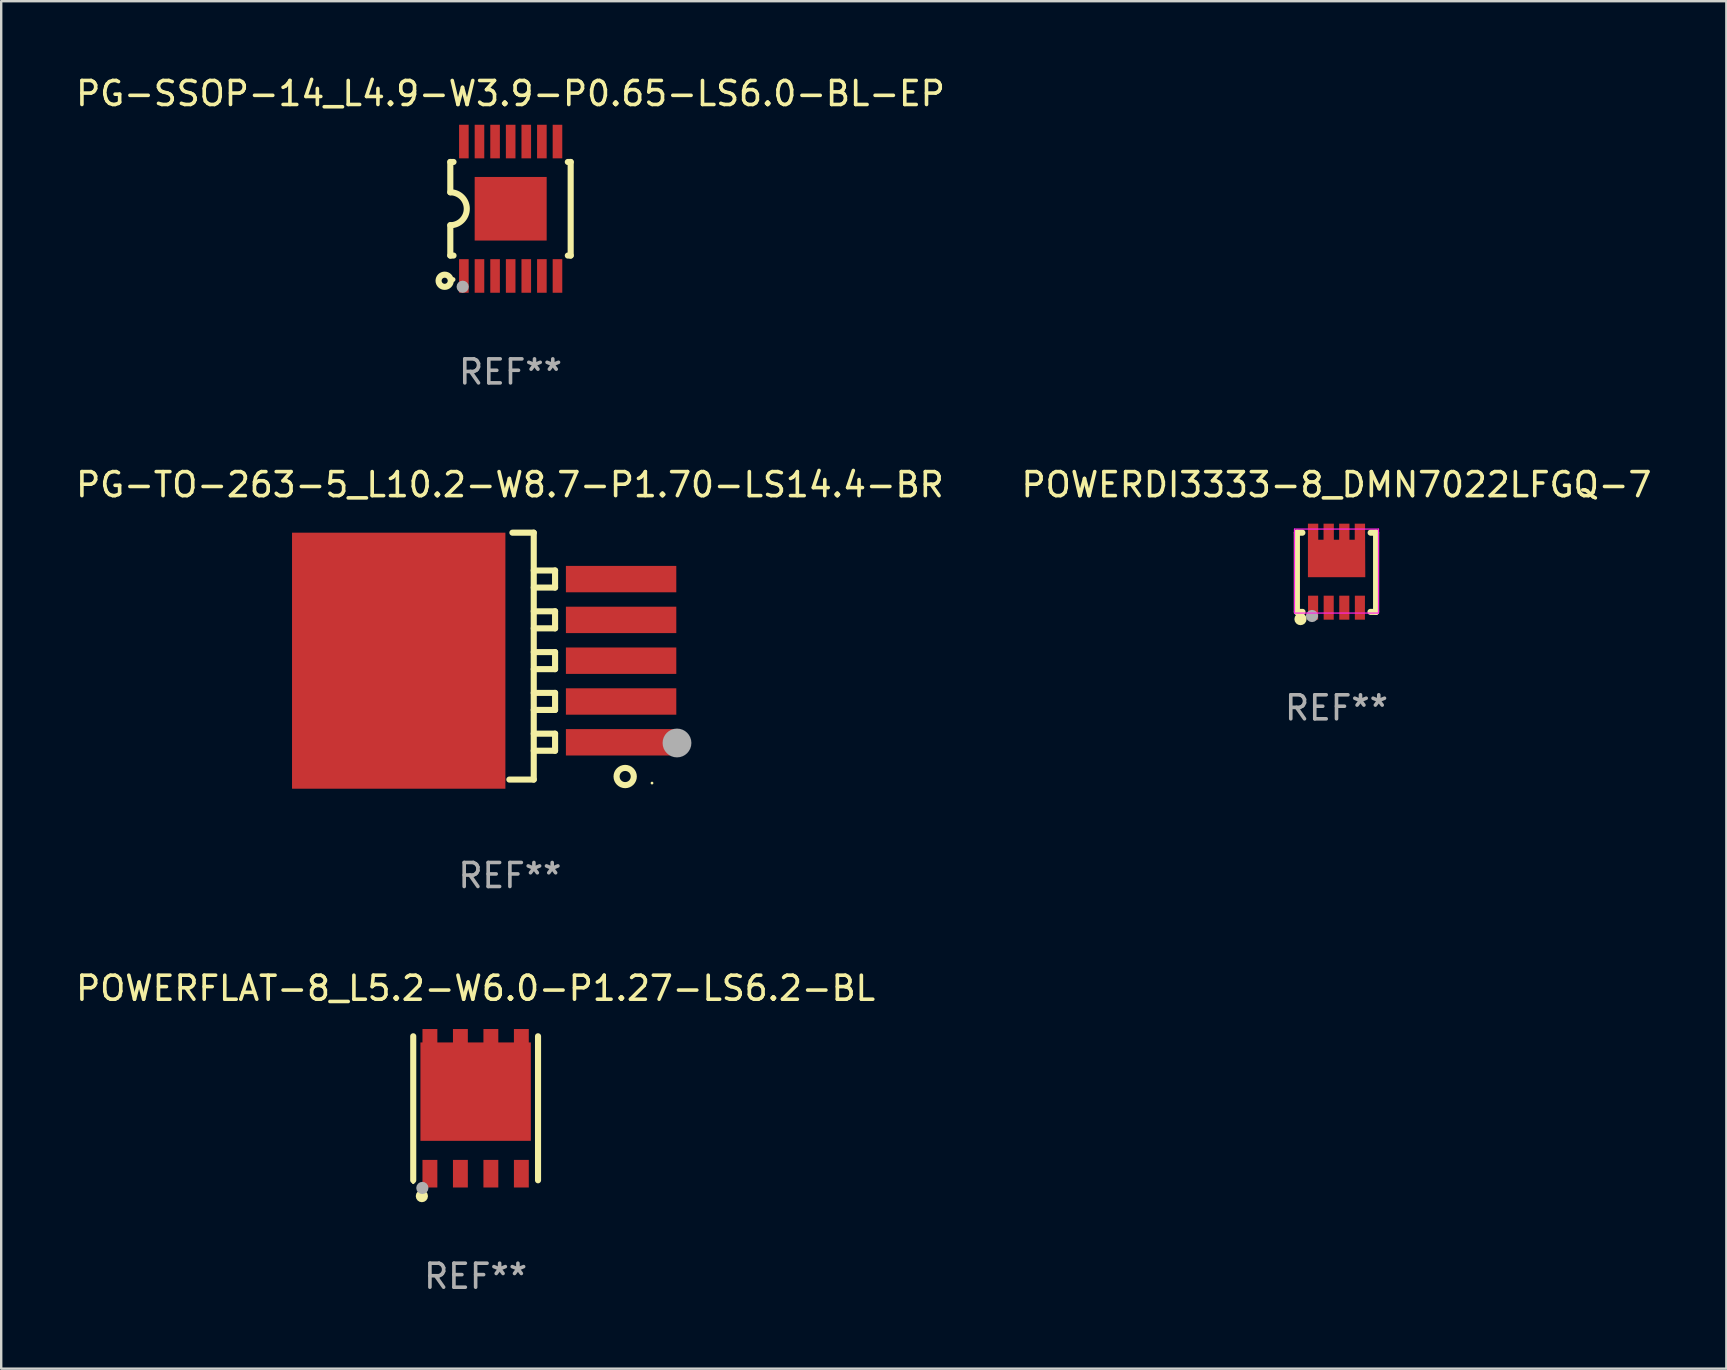
<source format=kicad_pcb>
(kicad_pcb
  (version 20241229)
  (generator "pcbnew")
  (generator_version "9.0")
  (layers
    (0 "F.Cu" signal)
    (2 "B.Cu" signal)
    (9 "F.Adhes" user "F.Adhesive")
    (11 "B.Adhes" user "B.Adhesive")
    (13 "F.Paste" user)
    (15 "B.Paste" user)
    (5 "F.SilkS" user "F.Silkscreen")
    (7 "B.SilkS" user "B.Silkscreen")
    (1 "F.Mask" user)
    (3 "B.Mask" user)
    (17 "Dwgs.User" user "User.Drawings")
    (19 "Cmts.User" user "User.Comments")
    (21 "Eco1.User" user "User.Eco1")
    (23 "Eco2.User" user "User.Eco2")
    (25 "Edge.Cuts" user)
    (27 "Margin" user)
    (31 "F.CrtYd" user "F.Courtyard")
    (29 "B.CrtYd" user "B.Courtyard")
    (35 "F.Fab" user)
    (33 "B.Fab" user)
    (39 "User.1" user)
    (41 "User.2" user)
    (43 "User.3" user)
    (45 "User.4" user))
  (footprint "POWERDI3333-8_DMN7022LFGQ-7"
    (layer "F.Cu")
    (at 52.637 21.245)
    (property "Reference" "POWERDI3333-8_DMN7022LFGQ-7" (at 0 -4.1 0) (layer "F.SilkS") (effects (font (size 1 1) (thickness 0.15))))
    (attr smd)
    (fp_line (start -1.65 -2.1) (end -1.65 1.2) (stroke (width 0.254) (type solid)) (layer "F.SilkS"))
    (fp_line (start -1.65 1.2) (end -1.416 1.2) (stroke (width 0.254) (type solid)) (layer "F.SilkS"))
    (fp_line (start -1.421 -2.1) (end -1.65 -2.1) (stroke (width 0.254) (type solid)) (layer "F.SilkS"))
    (fp_line (start 1.416 1.2) (end 1.65 1.2) (stroke (width 0.254) (type solid)) (layer "F.SilkS"))
    (fp_line (start 1.65 -2.1) (end 1.423 -2.1) (stroke (width 0.254) (type solid)) (layer "F.SilkS"))
    (fp_line (start 1.65 1.2) (end 1.65 -2.1) (stroke (width 0.254) (type solid)) (layer "F.SilkS"))
    (fp_circle (center -1.65 1.177) (end -1.62 1.177) (stroke (width 0.06) (type solid)) (fill no) (layer "F.SilkS"))
    (fp_circle (center -1.5 1.5) (end -1.5 1.5) (stroke (width 0.254) (type solid)) (fill no) (layer "F.SilkS"))
    (fp_line (start -1.75 -2.25) (end 1.75 -2.25) (stroke (width 0.05) (type default)) (layer "F.CrtYd"))
    (fp_line (start -1.75 1.25) (end -1.75 -2.25) (stroke (width 0.05) (type default)) (layer "F.CrtYd"))
    (fp_line (start 1.75 -2.25) (end 1.75 1.25) (stroke (width 0.05) (type default)) (layer "F.CrtYd"))
    (fp_line (start 1.75 1.25) (end -1.75 1.25) (stroke (width 0.05) (type default)) (layer "F.CrtYd"))
    (fp_circle (center -1.02 1.372) (end -0.893 1.372) (stroke (width 0.254) (type solid)) (fill no) (layer "F.Fab"))
    (fp_text user "REF**" (at 0 5.2 0) (layer "F.Fab") (effects (font (size 1 1) (thickness 0.15))))
    (pad "1" smd rect (at -0.975 1.025) (size 0.42 1) (layers "F.Cu" "F.Mask" "F.Paste"))
    (pad "2" smd rect (at -0.325 1.025) (size 0.42 1) (layers "F.Cu" "F.Mask" "F.Paste"))
    (pad "3" smd rect (at 0.325 1.025) (size 0.42 1) (layers "F.Cu" "F.Mask" "F.Paste"))
    (pad "4" smd rect (at 0.975 1.025) (size 0.42 1) (layers "F.Cu" "F.Mask" "F.Paste"))
    (pad "5" smd custom (at 0.005 -1.025) (size 0.1 0.1) (layers "F.Cu" "F.Mask" "F.Paste") (options (anchor rect)) (primitives (gr_poly (pts (xy -1.195 0.78) (xy -1.195 -1.45) (xy -0.765 -1.45) (xy -0.765 -0.78) (xy -0.545 -0.78) (xy -0.545 -1.45) (xy -0.115 -1.45) (xy -0.115 -0.78) (xy 0.105 -0.78) (xy 0.105 -1.45) (xy 0.535 -1.45) (xy 0.535 -0.78) (xy 0.755 -0.78) (xy 0.755 -1.45) (xy 1.185 -1.45) (xy 1.195 0.78) (xy -1.195 0.78)) (width 0) (fill yes)))))
  (footprint "PG-TO-263-5_L10.2-W8.7-P1.70-LS14.4-BR"
    (layer "F.Cu")
    (at 18.196 24.479)
    (property "Reference" "PG-TO-263-5_L10.2-W8.7-P1.70-LS14.4-BR" (at 0 -7.334 0) (layer "F.SilkS") (effects (font (size 1 1) (thickness 0.15))))
    (attr smd)
    (fp_line (start 0.104 -5.334) (end 0.993 -5.334) (stroke (width 0.254) (type solid)) (layer "F.SilkS"))
    (fp_line (start 0.993 -5.334) (end 0.993 4.953) (stroke (width 0.254) (type solid)) (layer "F.SilkS"))
    (fp_line (start 0.993 -3.759) (end 1.882 -3.759) (stroke (width 0.254) (type solid)) (layer "F.SilkS"))
    (fp_line (start 0.993 -2.059) (end 1.882 -2.059) (stroke (width 0.254) (type solid)) (layer "F.SilkS"))
    (fp_line (start 0.993 -0.359) (end 1.882 -0.359) (stroke (width 0.254) (type solid)) (layer "F.SilkS"))
    (fp_line (start 0.993 1.341) (end 1.882 1.341) (stroke (width 0.254) (type solid)) (layer "F.SilkS"))
    (fp_line (start 0.993 3.041) (end 1.882 3.041) (stroke (width 0.254) (type solid)) (layer "F.SilkS"))
    (fp_line (start 0.993 4.953) (end -0.023 4.953) (stroke (width 0.254) (type solid)) (layer "F.SilkS"))
    (fp_line (start 1.882 -3.759) (end 1.882 -3.048) (stroke (width 0.254) (type solid)) (layer "F.SilkS"))
    (fp_line (start 1.882 -3.048) (end 0.993 -3.048) (stroke (width 0.254) (type solid)) (layer "F.SilkS"))
    (fp_line (start 1.882 -2.059) (end 1.882 -1.348) (stroke (width 0.254) (type solid)) (layer "F.SilkS"))
    (fp_line (start 1.882 -1.348) (end 0.993 -1.348) (stroke (width 0.254) (type solid)) (layer "F.SilkS"))
    (fp_line (start 1.882 -0.359) (end 1.882 0.352) (stroke (width 0.254) (type solid)) (layer "F.SilkS"))
    (fp_line (start 1.882 0.352) (end 0.993 0.352) (stroke (width 0.254) (type solid)) (layer "F.SilkS"))
    (fp_line (start 1.882 1.341) (end 1.882 2.052) (stroke (width 0.254) (type solid)) (layer "F.SilkS"))
    (fp_line (start 1.882 2.052) (end 0.993 2.052) (stroke (width 0.254) (type solid)) (layer "F.SilkS"))
    (fp_line (start 1.882 3.041) (end 1.882 3.752) (stroke (width 0.254) (type solid)) (layer "F.SilkS"))
    (fp_line (start 1.882 3.752) (end 0.993 3.752) (stroke (width 0.254) (type solid)) (layer "F.SilkS"))
    (fp_circle (center 4.803 4.826) (end 5.162 4.826) (stroke (width 0.254) (type solid)) (fill no) (layer "F.SilkS"))
    (fp_circle (center 5.921 5.099) (end 5.951 5.099) (stroke (width 0.06) (type solid)) (fill no) (layer "F.SilkS"))
    (fp_circle (center 6.962 3.429) (end 7.262 3.429) (stroke (width 0.6) (type solid)) (fill no) (layer "F.Fab"))
    (fp_text user "REF**" (at 0 8.953 0) (layer "F.Fab") (effects (font (size 1 1) (thickness 0.15))))
    (pad "1" smd rect (at 4.633 3.4) (size 4.6 1.1) (layers "F.Cu" "F.Mask" "F.Paste"))
    (pad "2" smd rect (at 4.633 1.7) (size 4.6 1.1) (layers "F.Cu" "F.Mask" "F.Paste"))
    (pad "3" smd rect (at 4.633 -0.000127) (size 4.6 1.1) (layers "F.Cu" "F.Mask" "F.Paste"))
    (pad "4" smd rect (at 4.633 -1.7) (size 4.6 1.1) (layers "F.Cu" "F.Mask" "F.Paste"))
    (pad "5" smd rect (at 4.633 -3.4) (size 4.6 1.1) (layers "F.Cu" "F.Mask" "F.Paste"))
    (pad "6" smd rect (at -4.633 -0.000127) (size 8.89 10.668) (layers "F.Cu" "F.Mask" "F.Paste")))
  (footprint "PG-SSOP-14_L4.9-W3.9-P0.65-LS6.0-BL-EP"
    (layer "F.Cu")
    (at 18.228 5.648)
    (property "Reference" "PG-SSOP-14_L4.9-W3.9-P0.65-LS6.0-BL-EP" (at -0.007 -4.8 0) (layer "F.SilkS") (effects (font (size 1 1) (thickness 0.15))))
    (attr smd)
    (fp_line (start -2.515 -1.95) (end -2.381 -1.95) (stroke (width 0.254) (type solid)) (layer "F.SilkS"))
    (fp_line (start -2.515 -0.686) (end -2.515 -1.95) (stroke (width 0.254) (type solid)) (layer "F.SilkS"))
    (fp_line (start -2.515 1.95) (end -2.515 0.686) (stroke (width 0.254) (type solid)) (layer "F.SilkS"))
    (fp_line (start -2.515 1.95) (end -2.381 1.95) (stroke (width 0.254) (type solid)) (layer "F.SilkS"))
    (fp_line (start 2.381 -1.95) (end 2.5 -1.95) (stroke (width 0.254) (type solid)) (layer "F.SilkS"))
    (fp_line (start 2.381 1.95) (end 2.5 1.95) (stroke (width 0.254) (type solid)) (layer "F.SilkS"))
    (fp_line (start 2.5 -1.95) (end 2.5 1.95) (stroke (width 0.254) (type solid)) (layer "F.SilkS"))
    (fp_arc (start -2.514605 -0.685801) (mid -1.828804 0) (end -2.514605 0.685801) (stroke (width 0.254001) (type solid)) (layer "F.SilkS"))
    (fp_circle (center -2.75 3) (end -2.496 3) (stroke (width 0.254) (type solid)) (fill no) (layer "F.SilkS"))
    (fp_circle (center -2.4 2.95) (end -2.35 2.95) (stroke (width 0.1) (type solid)) (fill no) (layer "F.SilkS"))
    (fp_circle (center -2 3.25) (end -1.873 3.25) (stroke (width 0.254) (type solid)) (fill no) (layer "F.Fab"))
    (fp_text user "REF**" (at -0.007 6.8 0) (layer "F.Fab") (effects (font (size 1 1) (thickness 0.15))))
    (pad "1" smd rect (at -1.95 2.8 90) (size 1.4 0.4) (layers "F.Cu" "F.Mask" "F.Paste"))
    (pad "2" smd rect (at -1.3 2.8 90) (size 1.4 0.4) (layers "F.Cu" "F.Mask" "F.Paste"))
    (pad "3" smd rect (at -0.65 2.8 90) (size 1.4 0.4) (layers "F.Cu" "F.Mask" "F.Paste"))
    (pad "4" smd rect (at 0 2.8 90) (size 1.4 0.4) (layers "F.Cu" "F.Mask" "F.Paste"))
    (pad "5" smd rect (at 0.65 2.8 90) (size 1.4 0.4) (layers "F.Cu" "F.Mask" "F.Paste"))
    (pad "6" smd rect (at 1.3 2.8 90) (size 1.4 0.4) (layers "F.Cu" "F.Mask" "F.Paste"))
    (pad "7" smd rect (at 1.95 2.8 90) (size 1.4 0.4) (layers "F.Cu" "F.Mask" "F.Paste"))
    (pad "8" smd rect (at 1.95 -2.8 90) (size 1.4 0.4) (layers "F.Cu" "F.Mask" "F.Paste"))
    (pad "9" smd rect (at 1.3 -2.8 90) (size 1.4 0.4) (layers "F.Cu" "F.Mask" "F.Paste"))
    (pad "10" smd rect (at 0.65 -2.8 90) (size 1.4 0.4) (layers "F.Cu" "F.Mask" "F.Paste"))
    (pad "11" smd rect (at 0 -2.8 90) (size 1.4 0.4) (layers "F.Cu" "F.Mask" "F.Paste"))
    (pad "12" smd rect (at -0.65 -2.8 90) (size 1.4 0.4) (layers "F.Cu" "F.Mask" "F.Paste"))
    (pad "13" smd rect (at -1.3 -2.8 90) (size 1.4 0.4) (layers "F.Cu" "F.Mask" "F.Paste"))
    (pad "14" smd rect (at -1.95 -2.8 90) (size 1.4 0.4) (layers "F.Cu" "F.Mask" "F.Paste"))
    (pad "15" smd rect (at 0 0 180) (size 3 2.65) (layers "F.Cu" "F.Mask" "F.Paste")))
  (footprint "POWERFLAT-8_L5.2-W6.0-P1.27-LS6.2-BL"
    (layer "F.Cu")
    (at 16.768 43.128)
    (property "Reference" "POWERFLAT-8_L5.2-W6.0-P1.27-LS6.2-BL" (at 0 -5 0) (layer "F.SilkS") (effects (font (size 1 1) (thickness 0.15))))
    (attr smd)
    (fp_line (start -2.6 -3) (end -2.6 3) (stroke (width 0.254) (type solid)) (layer "F.SilkS"))
    (fp_line (start 2.6 -3) (end 2.6 3) (stroke (width 0.254) (type solid)) (layer "F.SilkS"))
    (fp_circle (center -2.6 3.1) (end -2.57 3.1) (stroke (width 0.06) (type solid)) (fill no) (layer "F.SilkS"))
    (fp_circle (center -2.24 3.66) (end -2.113 3.66) (stroke (width 0.254) (type solid)) (fill no) (layer "F.SilkS"))
    (fp_circle (center -2.22 3.32) (end -2.093 3.32) (stroke (width 0.254) (type solid)) (fill no) (layer "F.Fab"))
    (fp_text user "REF**" (at 0 7 0) (layer "F.Fab") (effects (font (size 1 1) (thickness 0.15))))
    (pad "1" smd rect (at -1.905 2.726) (size 0.62 1.15) (layers "F.Cu" "F.Mask" "F.Paste"))
    (pad "2" smd rect (at -0.635 2.726) (size 0.62 1.15) (layers "F.Cu" "F.Mask" "F.Paste"))
    (pad "3" smd rect (at 0.635 2.726) (size 0.62 1.15) (layers "F.Cu" "F.Mask" "F.Paste"))
    (pad "4" smd rect (at 1.905 2.726) (size 0.62 1.15) (layers "F.Cu" "F.Mask" "F.Paste"))
    (pad "5" smd rect (at 1.905 -2.727) (size 0.62 1.15) (layers "F.Cu" "F.Mask" "F.Paste"))
    (pad "6" smd rect (at 0.635 -2.727) (size 0.62 1.15) (layers "F.Cu" "F.Mask" "F.Paste"))
    (pad "7" smd rect (at -0.635 -2.727) (size 0.62 1.15) (layers "F.Cu" "F.Mask" "F.Paste"))
    (pad "8" smd rect (at -1.905 -2.727) (size 0.62 1.15) (layers "F.Cu" "F.Mask" "F.Paste"))
    (pad "8" smd rect (at 0 -0.693) (size 4.6 4.1) (layers "F.Cu" "F.Mask" "F.Paste")))
  (gr_rect
    (start -3 -3)
    (end 68.881 53.977)
    (stroke (width 0.1) (type default))
    (fill no)
    (layer "Edge.Cuts")))
</source>
